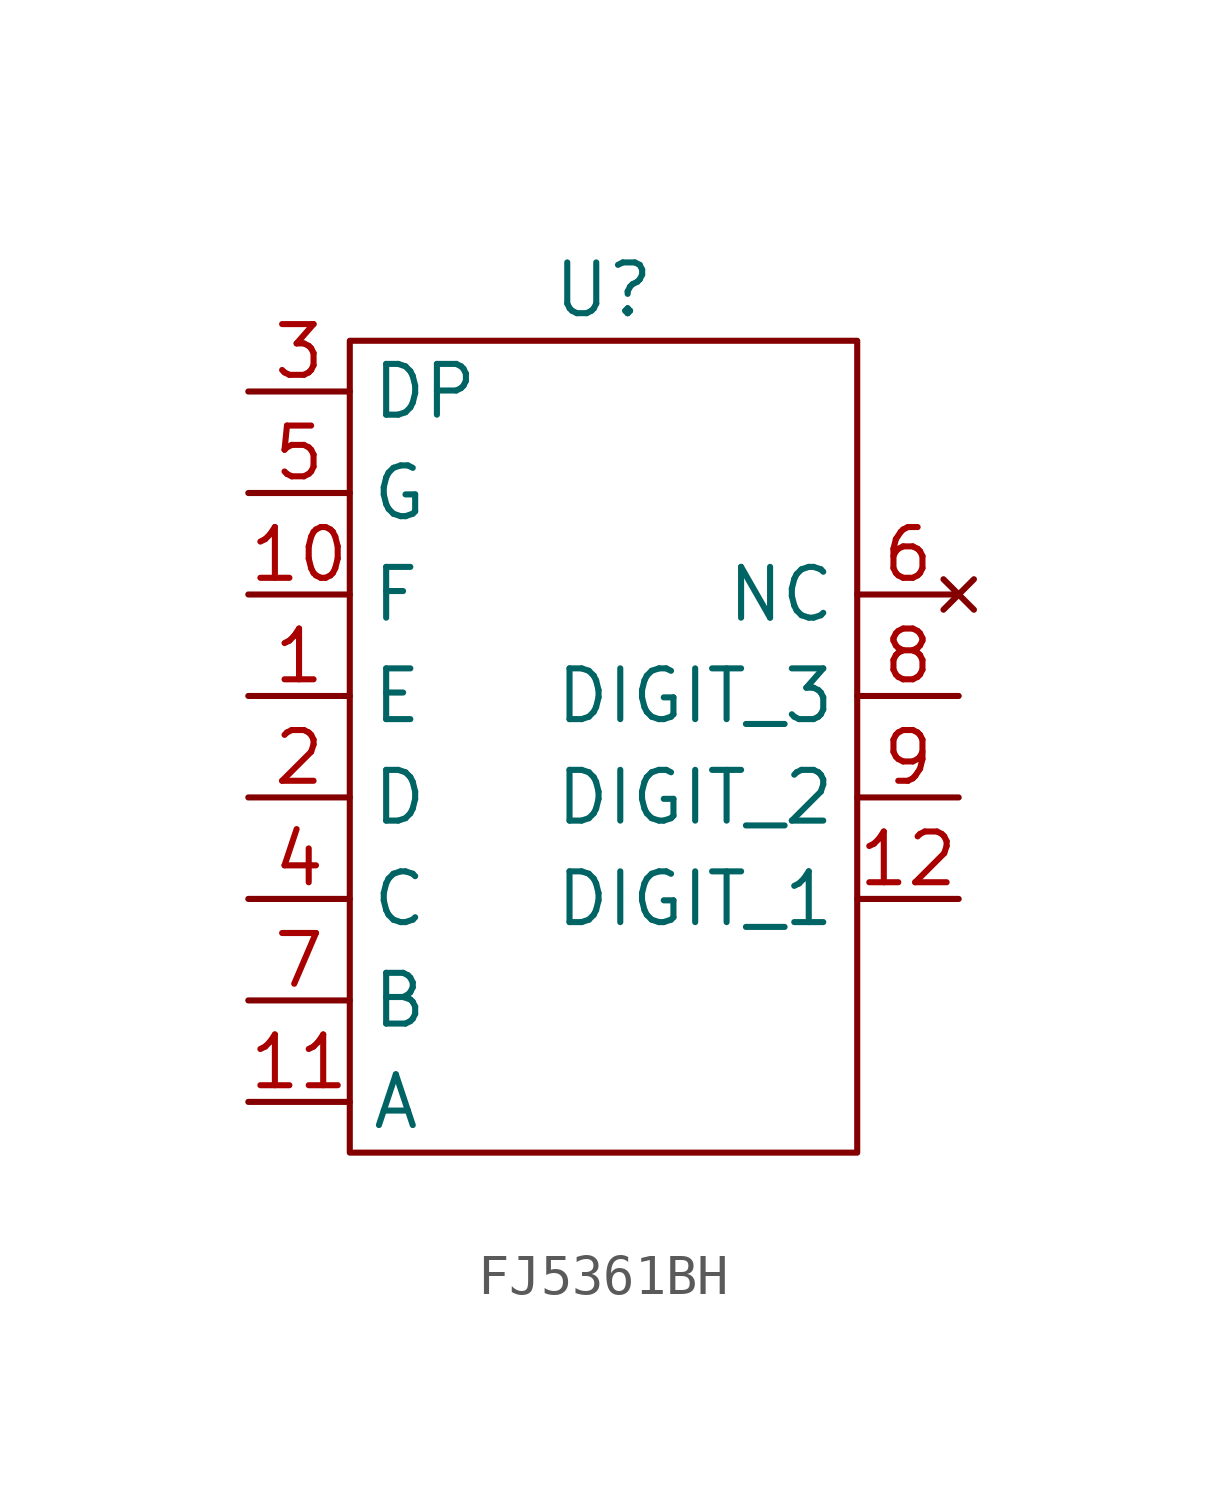
<source format=kicad_sym>
(kicad_symbol_lib
  (version 20231120)
  (generator "kicad_symbol_editor")
  (generator_version "8.0")
  (symbol "FJ5361BH"
    (property "Reference" "U"
      (at 0 11.43 0)
      (effects (font (size 1.27 1.27))))
    (property "Value" ""
      (at -3.81 7.62 0)
      (effects (font (size 1.27 1.27))))
    (symbol "FJ5361BH_0_1"
      (rectangle (start -6.35 10.16) (end 6.35 -10.16) (stroke (width 0) (type default)) (fill (type none))))
    (symbol "FJ5361BH_1_1"
      (pin input line (at -8.89 1.27 0) (length 2.54) (name "E" (effects (font (size 1.27 1.27)))) (number "1" (effects (font (size 1.27 1.27)))))
      (pin input line (at -8.89 3.81 0) (length 2.54) (name "F" (effects (font (size 1.27 1.27)))) (number "10" (effects (font (size 1.27 1.27)))))
      (pin input line (at -8.89 -8.89 0) (length 2.54) (name "A" (effects (font (size 1.27 1.27)))) (number "11" (effects (font (size 1.27 1.27)))))
      (pin input line (at 8.89 -3.81 180) (length 2.54) (name "DIGIT_1" (effects (font (size 1.27 1.27)))) (number "12" (effects (font (size 1.27 1.27)))))
      (pin input line (at -8.89 -1.27 0) (length 2.54) (name "D" (effects (font (size 1.27 1.27)))) (number "2" (effects (font (size 1.27 1.27)))))
      (pin input line (at -8.89 8.89 0) (length 2.54) (name "DP" (effects (font (size 1.27 1.27)))) (number "3" (effects (font (size 1.27 1.27)))))
      (pin input line (at -8.89 -3.81 0) (length 2.54) (name "C" (effects (font (size 1.27 1.27)))) (number "4" (effects (font (size 1.27 1.27)))))
      (pin input line (at -8.89 6.35 0) (length 2.54) (name "G" (effects (font (size 1.27 1.27)))) (number "5" (effects (font (size 1.27 1.27)))))
      (pin no_connect line (at 8.89 3.81 180) (length 2.54) (name "NC" (effects (font (size 1.27 1.27)))) (number "6" (effects (font (size 1.27 1.27)))))
      (pin input line (at -8.89 -6.35 0) (length 2.54) (name "B" (effects (font (size 1.27 1.27)))) (number "7" (effects (font (size 1.27 1.27)))))
      (pin input line (at 8.89 1.27 180) (length 2.54) (name "DIGIT_3" (effects (font (size 1.27 1.27)))) (number "8" (effects (font (size 1.27 1.27)))))
      (pin input line (at 8.89 -1.27 180) (length 2.54) (name "DIGIT_2" (effects (font (size 1.27 1.27)))) (number "9" (effects (font (size 1.27 1.27))))))))
</source>
